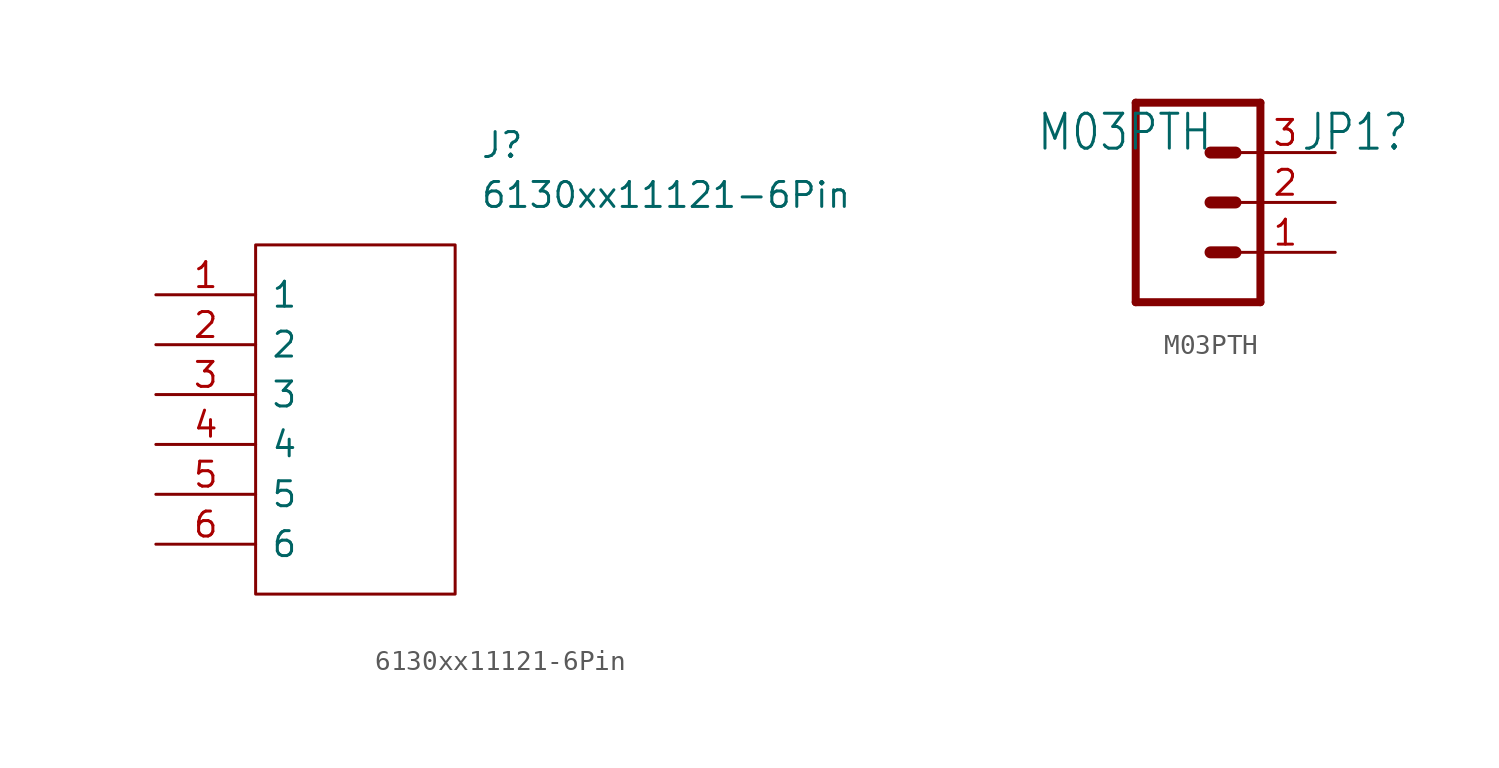
<source format=kicad_sym>
(kicad_symbol_lib
  (version 20211014)
  (generator kicad_symbol_editor)
  (symbol "6130xx11121-6Pin"
    (pin_names
      (offset 0.762))
    (property "Reference" "J"
      (at 16.51 7.62 0)
      (effects (font (size 1.27 1.27)) (justify left)))
    (property "Value" "6130xx11121-6Pin"
      (at 16.51 5.08 0)
      (effects (font (size 1.27 1.27)) (justify left)))
    (symbol "6130xx11121-6Pin_0_0"
      (pin passive line (at 0 0 0) (length 5.08) (name "1" (effects (font (size 1.27 1.27)))) (number "1" (effects (font (size 1.27 1.27)))))
      (pin passive line (at 0 -2.54 0) (length 5.08) (name "2" (effects (font (size 1.27 1.27)))) (number "2" (effects (font (size 1.27 1.27)))))
      (pin passive line (at 0 -5.08 0) (length 5.08) (name "3" (effects (font (size 1.27 1.27)))) (number "3" (effects (font (size 1.27 1.27)))))
      (pin passive line (at 0 -7.62 0) (length 5.08) (name "4" (effects (font (size 1.27 1.27)))) (number "4" (effects (font (size 1.27 1.27)))))
      (pin passive line (at 0 -10.16 0) (length 5.08) (name "5" (effects (font (size 1.27 1.27)))) (number "5" (effects (font (size 1.27 1.27)))))
      (pin passive line (at 0 -12.7 0) (length 5.08) (name "6" (effects (font (size 1.27 1.27)))) (number "6" (effects (font (size 1.27 1.27))))))
    (symbol "6130xx11121-6Pin_0_1"
      (polyline (pts (xy 5.08 2.54) (xy 15.24 2.54) (xy 15.24 -15.24) (xy 5.08 -15.24) (xy 5.08 2.54)) (stroke (width 0.152) (type default) (color 0 0 0 0)) (fill (type none)))))
  (symbol "M03PTH"
    (property "Reference" "JP1"
      (at 5.842 2.54 0)
      (effects (font (size 1.778 1.511)) (justify left bottom)))
    (property "Value" "M03PTH"
      (at -7.62 2.54 0)
      (effects (font (size 1.778 1.511)) (justify left bottom)))
    (property "ki_locked" ""
      (at 0 0 0)
      (effects (font (size 1.27 1.27))))
    (symbol "M03PTH_1_0"
      (polyline (pts (xy -2.54 5.08) (xy -2.54 -5.08)) (stroke (width 0.406) (type default) (color 0 0 0 0)) (fill (type none)))
      (polyline (pts (xy -2.54 5.08) (xy 3.81 5.08)) (stroke (width 0.406) (type default) (color 0 0 0 0)) (fill (type none)))
      (polyline (pts (xy 1.27 -2.54) (xy 2.54 -2.54)) (stroke (width 0.61) (type default) (color 0 0 0 0)) (fill (type none)))
      (polyline (pts (xy 1.27 0) (xy 2.54 0)) (stroke (width 0.61) (type default) (color 0 0 0 0)) (fill (type none)))
      (polyline (pts (xy 1.27 2.54) (xy 2.54 2.54)) (stroke (width 0.61) (type default) (color 0 0 0 0)) (fill (type none)))
      (polyline (pts (xy 3.81 -5.08) (xy -2.54 -5.08)) (stroke (width 0.406) (type default) (color 0 0 0 0)) (fill (type none)))
      (polyline (pts (xy 3.81 -5.08) (xy 3.81 5.08)) (stroke (width 0.406) (type default) (color 0 0 0 0)) (fill (type none)))
      (pin passive line (at 7.62 -2.54 180) (length 5.08) (name "1" (effects (font (size 0 0)))) (number "1" (effects (font (size 1.27 1.27)))))
      (pin passive line (at 7.62 0 180) (length 5.08) (name "2" (effects (font (size 0 0)))) (number "2" (effects (font (size 1.27 1.27)))))
      (pin passive line (at 7.62 2.54 180) (length 5.08) (name "3" (effects (font (size 0 0)))) (number "3" (effects (font (size 1.27 1.27))))))))
</source>
